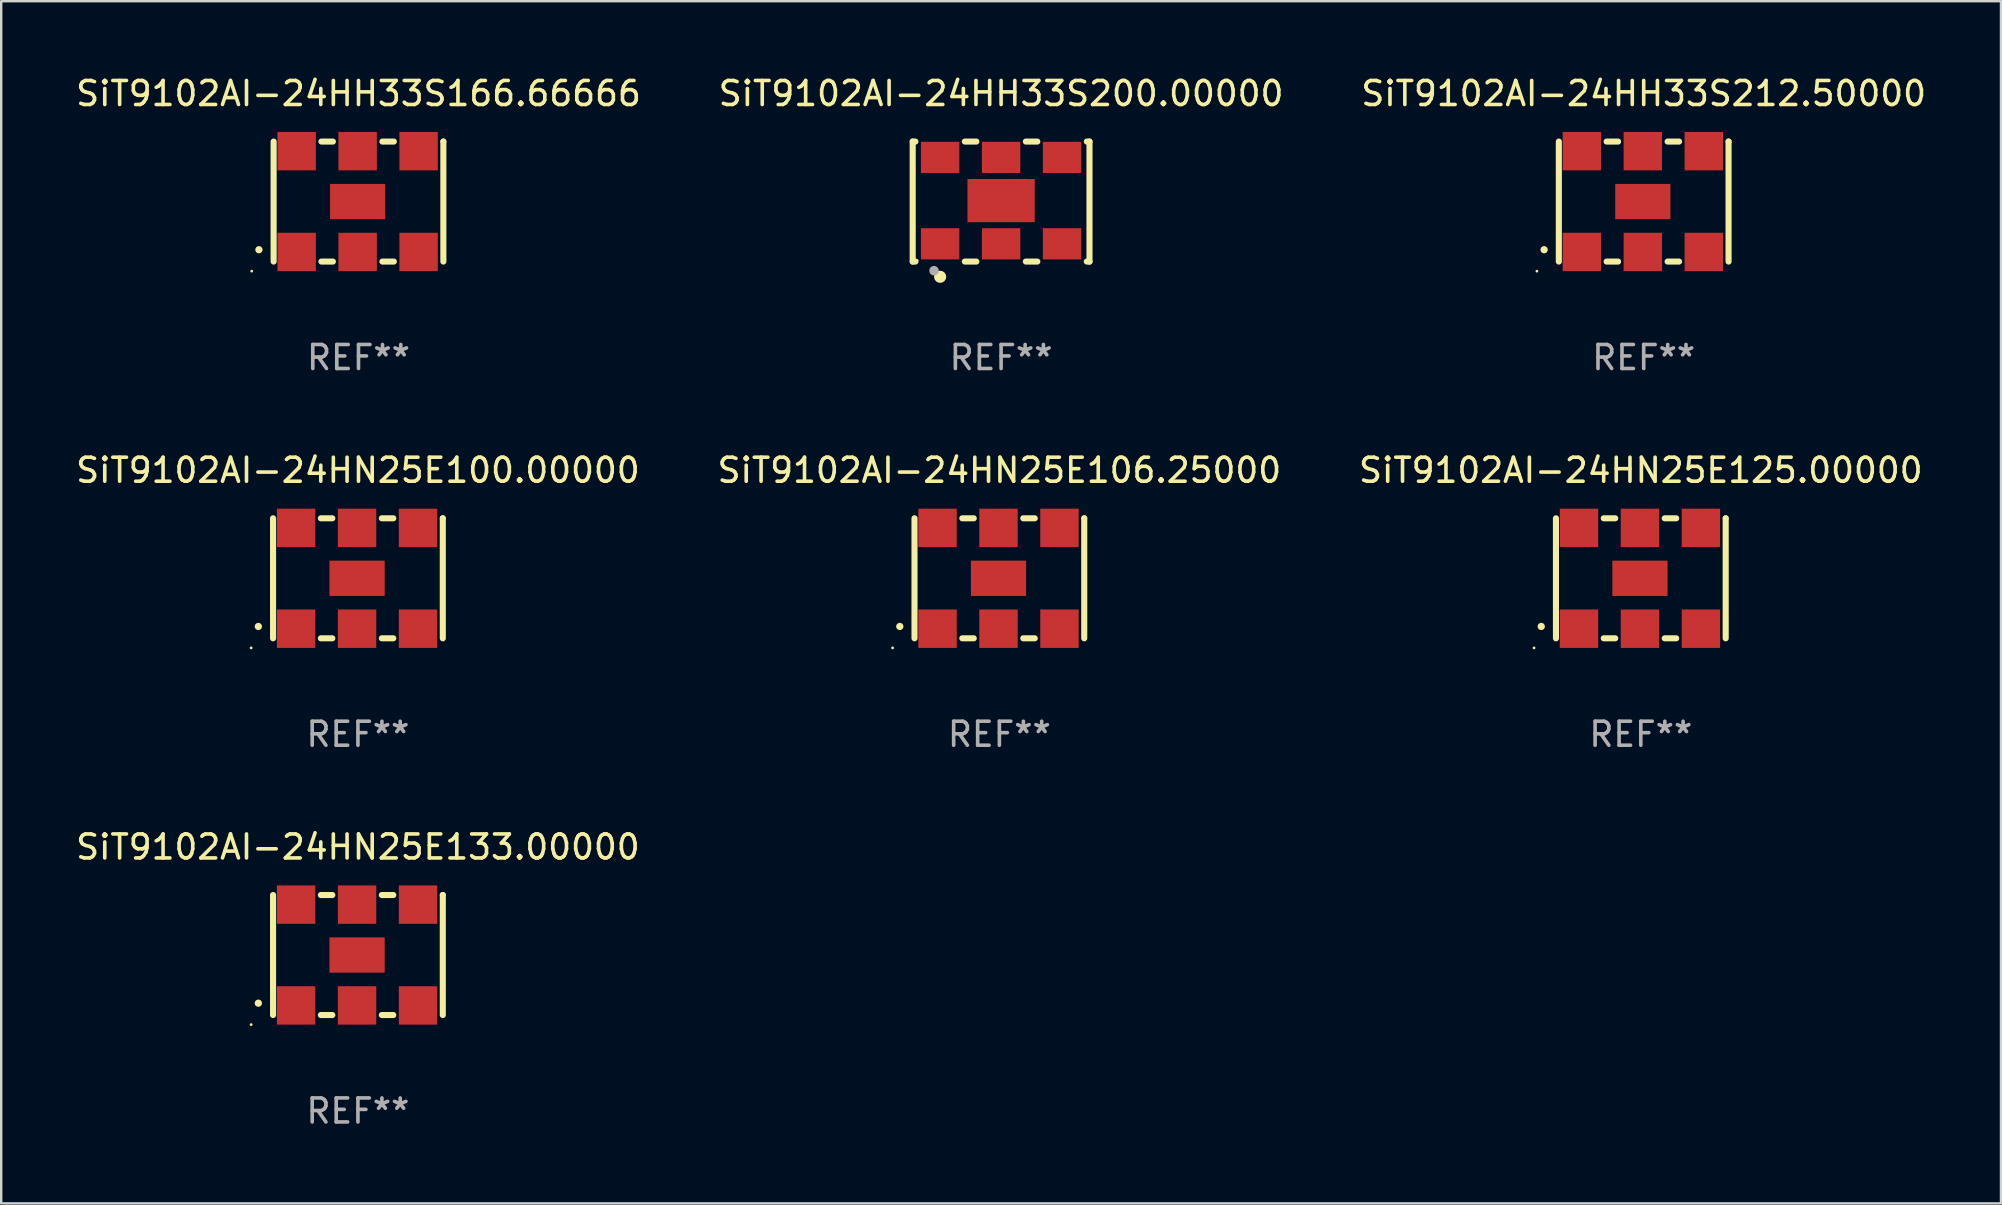
<source format=kicad_pcb>
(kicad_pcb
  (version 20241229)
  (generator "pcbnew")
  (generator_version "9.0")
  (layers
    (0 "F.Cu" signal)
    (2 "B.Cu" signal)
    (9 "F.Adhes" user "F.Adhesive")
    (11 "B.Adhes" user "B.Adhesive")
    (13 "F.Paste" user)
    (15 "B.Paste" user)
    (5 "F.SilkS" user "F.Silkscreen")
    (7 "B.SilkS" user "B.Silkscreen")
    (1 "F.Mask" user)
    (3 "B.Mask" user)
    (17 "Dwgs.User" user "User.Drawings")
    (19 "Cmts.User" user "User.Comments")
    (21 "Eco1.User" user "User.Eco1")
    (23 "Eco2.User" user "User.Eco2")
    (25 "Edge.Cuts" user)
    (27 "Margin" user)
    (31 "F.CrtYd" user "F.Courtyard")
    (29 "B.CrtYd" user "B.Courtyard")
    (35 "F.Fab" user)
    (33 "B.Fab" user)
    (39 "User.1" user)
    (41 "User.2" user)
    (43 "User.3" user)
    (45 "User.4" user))
  (footprint "SiT9102AI-24HN25E106.25000"
    (layer "F.Cu")
    (at 38.589 21.045)
    (property "Reference" "SiT9102AI-24HN25E106.25000" (at 0 -4.5 0) (layer "F.SilkS") (effects (font (size 1 1) (thickness 0.15))))
    (attr through_hole)
    (fp_line (start -3.536 -2.5) (end -3.536 2.5) (stroke (width 0.254) (type solid)) (layer "F.SilkS"))
    (fp_line (start -1.544 2.5) (end -1.067 2.5) (stroke (width 0.254) (type solid)) (layer "F.SilkS"))
    (fp_line (start -1.067 -2.5) (end -1.544 -2.5) (stroke (width 0.254) (type solid)) (layer "F.SilkS"))
    (fp_line (start 0.996 2.5) (end 1.473 2.5) (stroke (width 0.254) (type solid)) (layer "F.SilkS"))
    (fp_line (start 1.473 -2.5) (end 0.996 -2.5) (stroke (width 0.254) (type solid)) (layer "F.SilkS"))
    (fp_line (start 3.536 -2.5) (end 3.536 -2.5) (stroke (width 0.254) (type solid)) (layer "F.SilkS"))
    (fp_line (start 3.536 2.5) (end 3.536 -2.5) (stroke (width 0.254) (type solid)) (layer "F.SilkS"))
    (fp_arc (start -4.150432 2.006604) (mid -4.149162 2.006599) (end -4.147892 2.006604) (stroke (width 0.3) (type solid)) (layer "F.SilkS"))
    (fp_circle (center -4.449 2.9) (end -4.419 2.9) (stroke (width 0.06) (type solid)) (fill no) (layer "F.SilkS"))
    (fp_text user "REF**" (at 0 6.5 0) (layer "F.Fab") (effects (font (size 1 1) (thickness 0.15))))
    (pad "1" smd rect (at -2.576 2.1) (size 1.6 1.6) (layers "F.Cu" "F.Mask" "F.Paste"))
    (pad "2" smd rect (at -0.036 2.1) (size 1.6 1.6) (layers "F.Cu" "F.Mask" "F.Paste"))
    (pad "3" smd rect (at 2.504 2.1) (size 1.6 1.6) (layers "F.Cu" "F.Mask" "F.Paste"))
    (pad "4" smd rect (at 2.504 -2.1) (size 1.6 1.6) (layers "F.Cu" "F.Mask" "F.Paste"))
    (pad "5" smd rect (at -0.036 -2.1) (size 1.6 1.6) (layers "F.Cu" "F.Mask" "F.Paste"))
    (pad "6" smd rect (at -2.576 -2.1) (size 1.6 1.6) (layers "F.Cu" "F.Mask" "F.Paste"))
    (pad "7" smd rect (at -0.036 0) (size 2.3 1.47) (layers "F.Cu" "F.Mask" "F.Paste")))
  (footprint "SiT9102AI-24HH33S212.50000"
    (layer "F.Cu")
    (at 65.435 5.348)
    (property "Reference" "SiT9102AI-24HH33S212.50000" (at 0 -4.5 0) (layer "F.SilkS") (effects (font (size 1 1) (thickness 0.15))))
    (attr through_hole)
    (fp_line (start -3.536 -2.5) (end -3.536 2.5) (stroke (width 0.254) (type solid)) (layer "F.SilkS"))
    (fp_line (start -1.544 2.5) (end -1.067 2.5) (stroke (width 0.254) (type solid)) (layer "F.SilkS"))
    (fp_line (start -1.067 -2.5) (end -1.544 -2.5) (stroke (width 0.254) (type solid)) (layer "F.SilkS"))
    (fp_line (start 0.996 2.5) (end 1.473 2.5) (stroke (width 0.254) (type solid)) (layer "F.SilkS"))
    (fp_line (start 1.473 -2.5) (end 0.996 -2.5) (stroke (width 0.254) (type solid)) (layer "F.SilkS"))
    (fp_line (start 3.536 -2.5) (end 3.536 -2.5) (stroke (width 0.254) (type solid)) (layer "F.SilkS"))
    (fp_line (start 3.536 2.5) (end 3.536 -2.5) (stroke (width 0.254) (type solid)) (layer "F.SilkS"))
    (fp_arc (start -4.150432 2.006604) (mid -4.149162 2.006599) (end -4.147892 2.006604) (stroke (width 0.3) (type solid)) (layer "F.SilkS"))
    (fp_circle (center -4.449 2.9) (end -4.419 2.9) (stroke (width 0.06) (type solid)) (fill no) (layer "F.SilkS"))
    (fp_text user "REF**" (at 0 6.5 0) (layer "F.Fab") (effects (font (size 1 1) (thickness 0.15))))
    (pad "1" smd rect (at -2.576 2.1) (size 1.6 1.6) (layers "F.Cu" "F.Mask" "F.Paste"))
    (pad "2" smd rect (at -0.036 2.1) (size 1.6 1.6) (layers "F.Cu" "F.Mask" "F.Paste"))
    (pad "3" smd rect (at 2.504 2.1) (size 1.6 1.6) (layers "F.Cu" "F.Mask" "F.Paste"))
    (pad "4" smd rect (at 2.504 -2.1) (size 1.6 1.6) (layers "F.Cu" "F.Mask" "F.Paste"))
    (pad "5" smd rect (at -0.036 -2.1) (size 1.6 1.6) (layers "F.Cu" "F.Mask" "F.Paste"))
    (pad "6" smd rect (at -2.576 -2.1) (size 1.6 1.6) (layers "F.Cu" "F.Mask" "F.Paste"))
    (pad "7" smd rect (at -0.036 0) (size 2.3 1.47) (layers "F.Cu" "F.Mask" "F.Paste")))
  (footprint "SiT9102AI-24HN25E125.00000"
    (layer "F.Cu")
    (at 65.315 21.045)
    (property "Reference" "SiT9102AI-24HN25E125.00000" (at 0 -4.5 0) (layer "F.SilkS") (effects (font (size 1 1) (thickness 0.15))))
    (attr through_hole)
    (fp_line (start -3.536 -2.5) (end -3.536 2.5) (stroke (width 0.254) (type solid)) (layer "F.SilkS"))
    (fp_line (start -1.544 2.5) (end -1.067 2.5) (stroke (width 0.254) (type solid)) (layer "F.SilkS"))
    (fp_line (start -1.067 -2.5) (end -1.544 -2.5) (stroke (width 0.254) (type solid)) (layer "F.SilkS"))
    (fp_line (start 0.996 2.5) (end 1.473 2.5) (stroke (width 0.254) (type solid)) (layer "F.SilkS"))
    (fp_line (start 1.473 -2.5) (end 0.996 -2.5) (stroke (width 0.254) (type solid)) (layer "F.SilkS"))
    (fp_line (start 3.536 -2.5) (end 3.536 -2.5) (stroke (width 0.254) (type solid)) (layer "F.SilkS"))
    (fp_line (start 3.536 2.5) (end 3.536 -2.5) (stroke (width 0.254) (type solid)) (layer "F.SilkS"))
    (fp_arc (start -4.150432 2.006604) (mid -4.149162 2.006599) (end -4.147892 2.006604) (stroke (width 0.3) (type solid)) (layer "F.SilkS"))
    (fp_circle (center -4.449 2.9) (end -4.419 2.9) (stroke (width 0.06) (type solid)) (fill no) (layer "F.SilkS"))
    (fp_text user "REF**" (at 0 6.5 0) (layer "F.Fab") (effects (font (size 1 1) (thickness 0.15))))
    (pad "1" smd rect (at -2.576 2.1) (size 1.6 1.6) (layers "F.Cu" "F.Mask" "F.Paste"))
    (pad "2" smd rect (at -0.036 2.1) (size 1.6 1.6) (layers "F.Cu" "F.Mask" "F.Paste"))
    (pad "3" smd rect (at 2.504 2.1) (size 1.6 1.6) (layers "F.Cu" "F.Mask" "F.Paste"))
    (pad "4" smd rect (at 2.504 -2.1) (size 1.6 1.6) (layers "F.Cu" "F.Mask" "F.Paste"))
    (pad "5" smd rect (at -0.036 -2.1) (size 1.6 1.6) (layers "F.Cu" "F.Mask" "F.Paste"))
    (pad "6" smd rect (at -2.576 -2.1) (size 1.6 1.6) (layers "F.Cu" "F.Mask" "F.Paste"))
    (pad "7" smd rect (at -0.036 0) (size 2.3 1.47) (layers "F.Cu" "F.Mask" "F.Paste")))
  (footprint "SiT9102AI-24HN25E100.00000"
    (layer "F.Cu")
    (at 11.863 21.045)
    (property "Reference" "SiT9102AI-24HN25E100.00000" (at 0 -4.5 0) (layer "F.SilkS") (effects (font (size 1 1) (thickness 0.15))))
    (attr through_hole)
    (fp_line (start -3.536 -2.5) (end -3.536 2.5) (stroke (width 0.254) (type solid)) (layer "F.SilkS"))
    (fp_line (start -1.544 2.5) (end -1.067 2.5) (stroke (width 0.254) (type solid)) (layer "F.SilkS"))
    (fp_line (start -1.067 -2.5) (end -1.544 -2.5) (stroke (width 0.254) (type solid)) (layer "F.SilkS"))
    (fp_line (start 0.996 2.5) (end 1.473 2.5) (stroke (width 0.254) (type solid)) (layer "F.SilkS"))
    (fp_line (start 1.473 -2.5) (end 0.996 -2.5) (stroke (width 0.254) (type solid)) (layer "F.SilkS"))
    (fp_line (start 3.536 -2.5) (end 3.536 -2.5) (stroke (width 0.254) (type solid)) (layer "F.SilkS"))
    (fp_line (start 3.536 2.5) (end 3.536 -2.5) (stroke (width 0.254) (type solid)) (layer "F.SilkS"))
    (fp_arc (start -4.150432 2.006604) (mid -4.149162 2.006599) (end -4.147892 2.006604) (stroke (width 0.3) (type solid)) (layer "F.SilkS"))
    (fp_circle (center -4.449 2.9) (end -4.419 2.9) (stroke (width 0.06) (type solid)) (fill no) (layer "F.SilkS"))
    (fp_text user "REF**" (at 0 6.5 0) (layer "F.Fab") (effects (font (size 1 1) (thickness 0.15))))
    (pad "1" smd rect (at -2.576 2.1) (size 1.6 1.6) (layers "F.Cu" "F.Mask" "F.Paste"))
    (pad "2" smd rect (at -0.036 2.1) (size 1.6 1.6) (layers "F.Cu" "F.Mask" "F.Paste"))
    (pad "3" smd rect (at 2.504 2.1) (size 1.6 1.6) (layers "F.Cu" "F.Mask" "F.Paste"))
    (pad "4" smd rect (at 2.504 -2.1) (size 1.6 1.6) (layers "F.Cu" "F.Mask" "F.Paste"))
    (pad "5" smd rect (at -0.036 -2.1) (size 1.6 1.6) (layers "F.Cu" "F.Mask" "F.Paste"))
    (pad "6" smd rect (at -2.576 -2.1) (size 1.6 1.6) (layers "F.Cu" "F.Mask" "F.Paste"))
    (pad "7" smd rect (at -0.036 0) (size 2.3 1.47) (layers "F.Cu" "F.Mask" "F.Paste")))
  (footprint "SiT9102AI-24HN25E133.00000"
    (layer "F.Cu")
    (at 11.863 36.741)
    (property "Reference" "SiT9102AI-24HN25E133.00000" (at 0 -4.5 0) (layer "F.SilkS") (effects (font (size 1 1) (thickness 0.15))))
    (attr through_hole)
    (fp_line (start -3.536 -2.5) (end -3.536 2.5) (stroke (width 0.254) (type solid)) (layer "F.SilkS"))
    (fp_line (start -1.544 2.5) (end -1.067 2.5) (stroke (width 0.254) (type solid)) (layer "F.SilkS"))
    (fp_line (start -1.067 -2.5) (end -1.544 -2.5) (stroke (width 0.254) (type solid)) (layer "F.SilkS"))
    (fp_line (start 0.996 2.5) (end 1.473 2.5) (stroke (width 0.254) (type solid)) (layer "F.SilkS"))
    (fp_line (start 1.473 -2.5) (end 0.996 -2.5) (stroke (width 0.254) (type solid)) (layer "F.SilkS"))
    (fp_line (start 3.536 -2.5) (end 3.536 -2.5) (stroke (width 0.254) (type solid)) (layer "F.SilkS"))
    (fp_line (start 3.536 2.5) (end 3.536 -2.5) (stroke (width 0.254) (type solid)) (layer "F.SilkS"))
    (fp_arc (start -4.150432 2.006604) (mid -4.149162 2.006599) (end -4.147892 2.006604) (stroke (width 0.3) (type solid)) (layer "F.SilkS"))
    (fp_circle (center -4.449 2.9) (end -4.419 2.9) (stroke (width 0.06) (type solid)) (fill no) (layer "F.SilkS"))
    (fp_text user "REF**" (at 0 6.5 0) (layer "F.Fab") (effects (font (size 1 1) (thickness 0.15))))
    (pad "1" smd rect (at -2.576 2.1) (size 1.6 1.6) (layers "F.Cu" "F.Mask" "F.Paste"))
    (pad "2" smd rect (at -0.036 2.1) (size 1.6 1.6) (layers "F.Cu" "F.Mask" "F.Paste"))
    (pad "3" smd rect (at 2.504 2.1) (size 1.6 1.6) (layers "F.Cu" "F.Mask" "F.Paste"))
    (pad "4" smd rect (at 2.504 -2.1) (size 1.6 1.6) (layers "F.Cu" "F.Mask" "F.Paste"))
    (pad "5" smd rect (at -0.036 -2.1) (size 1.6 1.6) (layers "F.Cu" "F.Mask" "F.Paste"))
    (pad "6" smd rect (at -2.576 -2.1) (size 1.6 1.6) (layers "F.Cu" "F.Mask" "F.Paste"))
    (pad "7" smd rect (at -0.036 0) (size 2.3 1.47) (layers "F.Cu" "F.Mask" "F.Paste")))
  (footprint "SiT9102AI-24HH33S200.00000"
    (layer "F.Cu")
    (at 38.661 5.348)
    (property "Reference" "SiT9102AI-24HH33S200.00000" (at 0 -4.5 0) (layer "F.SilkS") (effects (font (size 1 1) (thickness 0.15))))
    (attr through_hole)
    (fp_line (start -3.683 -2.5) (end -3.571 -2.5) (stroke (width 0.254) (type solid)) (layer "F.SilkS"))
    (fp_line (start -3.683 2.5) (end -3.683 -2.5) (stroke (width 0.254) (type solid)) (layer "F.SilkS"))
    (fp_line (start -3.683 2.5) (end -3.571 2.5) (stroke (width 0.254) (type solid)) (layer "F.SilkS"))
    (fp_line (start -1.509 -2.5) (end -1.031 -2.5) (stroke (width 0.254) (type solid)) (layer "F.SilkS"))
    (fp_line (start -1.509 2.5) (end -1.031 2.5) (stroke (width 0.254) (type solid)) (layer "F.SilkS"))
    (fp_line (start 1.031 -2.5) (end 1.509 -2.5) (stroke (width 0.254) (type solid)) (layer "F.SilkS"))
    (fp_line (start 1.031 2.5) (end 1.509 2.5) (stroke (width 0.254) (type solid)) (layer "F.SilkS"))
    (fp_line (start 3.571 -2.5) (end 3.683 -2.5) (stroke (width 0.254) (type solid)) (layer "F.SilkS"))
    (fp_line (start 3.571 2.5) (end 3.683 2.5) (stroke (width 0.254) (type solid)) (layer "F.SilkS"))
    (fp_line (start 3.683 2.5) (end 3.683 -2.5) (stroke (width 0.254) (type solid)) (layer "F.SilkS"))
    (fp_circle (center -3.5 2.46) (end -3.47 2.46) (stroke (width 0.06) (type solid)) (fill no) (layer "F.SilkS"))
    (fp_circle (center -2.54 3.135) (end -2.413 3.135) (stroke (width 0.254) (type solid)) (fill no) (layer "F.SilkS"))
    (fp_circle (center -2.794 2.881) (end -2.694 2.881) (stroke (width 0.2) (type solid)) (fill no) (layer "F.Fab"))
    (fp_text user "REF**" (at 0 6.5 0) (layer "F.Fab") (effects (font (size 1 1) (thickness 0.15))))
    (pad "1" smd rect (at -2.54 1.76) (size 1.6 1.3) (layers "F.Cu" "F.Mask" "F.Paste"))
    (pad "2" smd rect (at 0 1.76) (size 1.6 1.3) (layers "F.Cu" "F.Mask" "F.Paste"))
    (pad "3" smd rect (at 2.54 1.76) (size 1.6 1.3) (layers "F.Cu" "F.Mask" "F.Paste"))
    (pad "4" smd rect (at 2.54 -1.84) (size 1.6 1.3) (layers "F.Cu" "F.Mask" "F.Paste"))
    (pad "5" smd rect (at 0 -1.84) (size 1.6 1.3) (layers "F.Cu" "F.Mask" "F.Paste"))
    (pad "6" smd rect (at -2.54 -1.84) (size 1.6 1.3) (layers "F.Cu" "F.Mask" "F.Paste"))
    (pad "7" smd rect (at 0 -0.04) (size 2.8 1.8) (layers "F.Cu" "F.Mask" "F.Paste")))
  (footprint "SiT9102AI-24HH33S166.66666"
    (layer "F.Cu")
    (at 11.887 5.348)
    (property "Reference" "SiT9102AI-24HH33S166.66666" (at 0 -4.5 0) (layer "F.SilkS") (effects (font (size 1 1) (thickness 0.15))))
    (attr through_hole)
    (fp_line (start -3.536 -2.5) (end -3.536 2.5) (stroke (width 0.254) (type solid)) (layer "F.SilkS"))
    (fp_line (start -1.544 2.5) (end -1.067 2.5) (stroke (width 0.254) (type solid)) (layer "F.SilkS"))
    (fp_line (start -1.067 -2.5) (end -1.544 -2.5) (stroke (width 0.254) (type solid)) (layer "F.SilkS"))
    (fp_line (start 0.996 2.5) (end 1.473 2.5) (stroke (width 0.254) (type solid)) (layer "F.SilkS"))
    (fp_line (start 1.473 -2.5) (end 0.996 -2.5) (stroke (width 0.254) (type solid)) (layer "F.SilkS"))
    (fp_line (start 3.536 -2.5) (end 3.536 -2.5) (stroke (width 0.254) (type solid)) (layer "F.SilkS"))
    (fp_line (start 3.536 2.5) (end 3.536 -2.5) (stroke (width 0.254) (type solid)) (layer "F.SilkS"))
    (fp_arc (start -4.150432 2.006604) (mid -4.149162 2.006599) (end -4.147892 2.006604) (stroke (width 0.3) (type solid)) (layer "F.SilkS"))
    (fp_circle (center -4.449 2.9) (end -4.419 2.9) (stroke (width 0.06) (type solid)) (fill no) (layer "F.SilkS"))
    (fp_text user "REF**" (at 0 6.5 0) (layer "F.Fab") (effects (font (size 1 1) (thickness 0.15))))
    (pad "1" smd rect (at -2.576 2.1) (size 1.6 1.6) (layers "F.Cu" "F.Mask" "F.Paste"))
    (pad "2" smd rect (at -0.036 2.1) (size 1.6 1.6) (layers "F.Cu" "F.Mask" "F.Paste"))
    (pad "3" smd rect (at 2.504 2.1) (size 1.6 1.6) (layers "F.Cu" "F.Mask" "F.Paste"))
    (pad "4" smd rect (at 2.504 -2.1) (size 1.6 1.6) (layers "F.Cu" "F.Mask" "F.Paste"))
    (pad "5" smd rect (at -0.036 -2.1) (size 1.6 1.6) (layers "F.Cu" "F.Mask" "F.Paste"))
    (pad "6" smd rect (at -2.576 -2.1) (size 1.6 1.6) (layers "F.Cu" "F.Mask" "F.Paste"))
    (pad "7" smd rect (at -0.036 0) (size 2.3 1.47) (layers "F.Cu" "F.Mask" "F.Paste")))
  (gr_rect
    (start -3 -3)
    (end 80.321 47.09)
    (stroke (width 0.1) (type default))
    (fill no)
    (layer "Edge.Cuts")))
</source>
